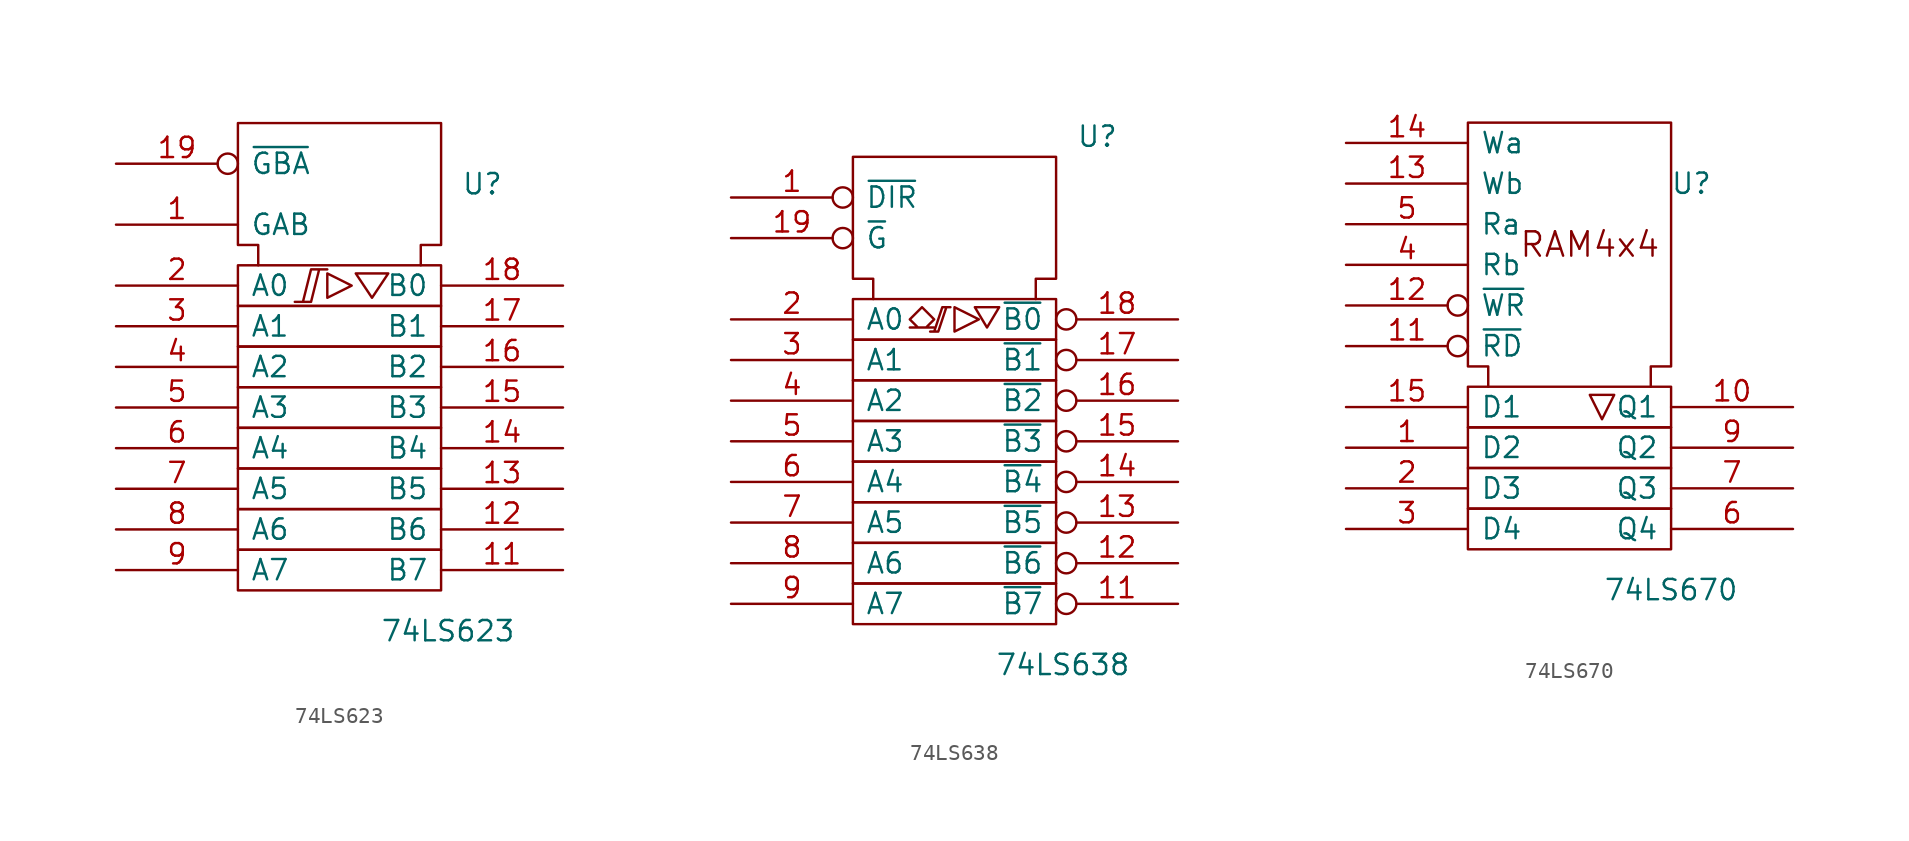
<source format=kicad_sym>
(kicad_symbol_lib
  (version 20231120)
  (generator "kicad_symbol_editor")
  (generator_version "8.0")
  (symbol "74LS623"
    (pin_names
      (offset 0.762))
    (property "Reference" "U"
      (at 7.62 19.05 0)
      (effects (font (size 1.27 1.27)) (justify left)))
    (property "Value" "74LS623"
      (at 2.54 -8.89 0)
      (effects (font (size 1.27 1.27)) (justify left)))
    (symbol "74LS623_0_0"
      (polyline (pts (xy -0.762 13.462) (xy -0.762 11.938) (xy 0.762 12.7) (xy -0.762 13.462) (xy -0.762 13.462)) (stroke (width 0) (type default)) (fill (type none)))
      (polyline (pts (xy 1.016 13.462) (xy 3.048 13.462) (xy 2.032 11.938) (xy 1.016 13.462) (xy 1.016 13.462)) (stroke (width 0) (type default)) (fill (type none)))
      (polyline (pts (xy -2.794 11.684) (xy -1.778 11.684) (xy -1.27 13.716) (xy -0.762 13.716) (xy -1.778 13.716) (xy -2.286 11.684) (xy -2.286 11.684)) (stroke (width 0) (type default)) (fill (type none)))
      (pin power_in line (at 1.27 22.86 270) (length 0) hide (name "GND" (effects (font (size 1.27 1.27)))) (number "10" (effects (font (size 1.27 1.27)))))
      (pin power_in line (at 5.08 22.86 270) (length 0) hide (name "VCC" (effects (font (size 1.27 1.27)))) (number "20" (effects (font (size 1.27 1.27))))))
    (symbol "74LS623_0_1"
      (rectangle (start -6.35 -3.81) (end 6.35 -6.35) (stroke (width 0) (type default)) (fill (type none)))
      (rectangle (start -6.35 -1.27) (end 6.35 -3.81) (stroke (width 0) (type default)) (fill (type none)))
      (rectangle (start -6.35 1.27) (end 6.35 -1.27) (stroke (width 0) (type default)) (fill (type none)))
      (rectangle (start -6.35 3.81) (end 6.35 1.27) (stroke (width 0) (type default)) (fill (type none)))
      (rectangle (start -6.35 6.35) (end 6.35 3.81) (stroke (width 0) (type default)) (fill (type none)))
      (rectangle (start -6.35 8.89) (end 6.35 6.35) (stroke (width 0) (type default)) (fill (type none)))
      (rectangle (start -6.35 11.43) (end 6.35 8.89) (stroke (width 0) (type default)) (fill (type none)))
      (rectangle (start -6.35 13.97) (end 6.35 11.43) (stroke (width 0) (type default)) (fill (type none)))
      (polyline (pts (xy -5.08 13.97) (xy -5.08 15.24) (xy -6.35 15.24) (xy -6.35 22.86) (xy 6.35 22.86) (xy 6.35 15.24) (xy 5.08 15.24) (xy 5.08 13.97) (xy 5.08 13.97)) (stroke (width 0) (type default)) (fill (type none))))
    (symbol "74LS623_1_1"
      (pin input line (at -13.97 16.51 0) (length 7.62) (name "GAB" (effects (font (size 1.27 1.27)))) (number "1" (effects (font (size 1.27 1.27)))))
      (pin tri_state line (at 13.97 -5.08 180) (length 7.62) (name "B7" (effects (font (size 1.27 1.27)))) (number "11" (effects (font (size 1.27 1.27)))))
      (pin tri_state line (at 13.97 -2.54 180) (length 7.62) (name "B6" (effects (font (size 1.27 1.27)))) (number "12" (effects (font (size 1.27 1.27)))))
      (pin tri_state line (at 13.97 0 180) (length 7.62) (name "B5" (effects (font (size 1.27 1.27)))) (number "13" (effects (font (size 1.27 1.27)))))
      (pin tri_state line (at 13.97 2.54 180) (length 7.62) (name "B4" (effects (font (size 1.27 1.27)))) (number "14" (effects (font (size 1.27 1.27)))))
      (pin tri_state line (at 13.97 5.08 180) (length 7.62) (name "B3" (effects (font (size 1.27 1.27)))) (number "15" (effects (font (size 1.27 1.27)))))
      (pin tri_state line (at 13.97 7.62 180) (length 7.62) (name "B2" (effects (font (size 1.27 1.27)))) (number "16" (effects (font (size 1.27 1.27)))))
      (pin tri_state line (at 13.97 10.16 180) (length 7.62) (name "B1" (effects (font (size 1.27 1.27)))) (number "17" (effects (font (size 1.27 1.27)))))
      (pin tri_state line (at 13.97 12.7 180) (length 7.62) (name "B0" (effects (font (size 1.27 1.27)))) (number "18" (effects (font (size 1.27 1.27)))))
      (pin input inverted (at -13.97 20.32 0) (length 7.62) (name "~{GBA}" (effects (font (size 1.27 1.27)))) (number "19" (effects (font (size 1.27 1.27)))))
      (pin tri_state line (at -13.97 12.7 0) (length 7.62) (name "A0" (effects (font (size 1.27 1.27)))) (number "2" (effects (font (size 1.27 1.27)))))
      (pin tri_state line (at -13.97 10.16 0) (length 7.62) (name "A1" (effects (font (size 1.27 1.27)))) (number "3" (effects (font (size 1.27 1.27)))))
      (pin tri_state line (at -13.97 7.62 0) (length 7.62) (name "A2" (effects (font (size 1.27 1.27)))) (number "4" (effects (font (size 1.27 1.27)))))
      (pin tri_state line (at -13.97 5.08 0) (length 7.62) (name "A3" (effects (font (size 1.27 1.27)))) (number "5" (effects (font (size 1.27 1.27)))))
      (pin tri_state line (at -13.97 2.54 0) (length 7.62) (name "A4" (effects (font (size 1.27 1.27)))) (number "6" (effects (font (size 1.27 1.27)))))
      (pin tri_state line (at -13.97 0 0) (length 7.62) (name "A5" (effects (font (size 1.27 1.27)))) (number "7" (effects (font (size 1.27 1.27)))))
      (pin tri_state line (at -13.97 -2.54 0) (length 7.62) (name "A6" (effects (font (size 1.27 1.27)))) (number "8" (effects (font (size 1.27 1.27)))))
      (pin tri_state line (at -13.97 -5.08 0) (length 7.62) (name "A7" (effects (font (size 1.27 1.27)))) (number "9" (effects (font (size 1.27 1.27)))))))
  (symbol "74LS638"
    (pin_names
      (offset 0.762))
    (property "Reference" "U"
      (at 7.62 17.78 0)
      (effects (font (size 1.27 1.27)) (justify left)))
    (property "Value" "74LS638"
      (at 2.54 -15.24 0)
      (effects (font (size 1.27 1.27)) (justify left)))
    (symbol "74LS638_0_0"
      (polyline (pts (xy 0 7.112) (xy 0 5.588) (xy 1.524 6.35) (xy 0 7.112) (xy 0 7.112)) (stroke (width 0) (type default)) (fill (type none)))
      (polyline (pts (xy 1.27 7.112) (xy 2.794 7.112) (xy 2.032 5.842) (xy 1.27 7.112) (xy 1.27 7.112)) (stroke (width 0) (type default)) (fill (type none)))
      (polyline (pts (xy -1.524 5.588) (xy -1.016 5.588) (xy -0.508 7.112) (xy -0.254 7.112) (xy -0.762 7.112) (xy -1.27 5.588) (xy -1.27 5.588)) (stroke (width 0) (type default)) (fill (type none)))
      (polyline (pts (xy -2.032 7.112) (xy -2.794 6.35) (xy -2.286 5.842) (xy -2.794 5.842) (xy -1.27 5.842) (xy -1.778 5.842) (xy -1.27 6.35) (xy -2.032 7.112) (xy -2.032 7.112)) (stroke (width 0) (type default)) (fill (type none)))
      (pin power_in line (at 1.27 16.51 270) (length 0) hide (name "GND" (effects (font (size 1.27 1.27)))) (number "10" (effects (font (size 1.27 1.27)))))
      (pin power_in line (at 5.08 16.51 270) (length 0) hide (name "VCC" (effects (font (size 1.27 1.27)))) (number "20" (effects (font (size 1.27 1.27))))))
    (symbol "74LS638_0_1"
      (rectangle (start -6.35 -10.16) (end 6.35 -12.7) (stroke (width 0) (type default)) (fill (type none)))
      (rectangle (start -6.35 -7.62) (end 6.35 -10.16) (stroke (width 0) (type default)) (fill (type none)))
      (rectangle (start -6.35 -5.08) (end 6.35 -7.62) (stroke (width 0) (type default)) (fill (type none)))
      (rectangle (start -6.35 -2.54) (end 6.35 -5.08) (stroke (width 0) (type default)) (fill (type none)))
      (rectangle (start -6.35 0) (end 6.35 -2.54) (stroke (width 0) (type default)) (fill (type none)))
      (rectangle (start -6.35 2.54) (end 6.35 0) (stroke (width 0) (type default)) (fill (type none)))
      (rectangle (start -6.35 5.08) (end 6.35 2.54) (stroke (width 0) (type default)) (fill (type none)))
      (rectangle (start -6.35 7.62) (end 6.35 5.08) (stroke (width 0) (type default)) (fill (type none)))
      (polyline (pts (xy -5.08 7.62) (xy -5.08 8.89) (xy -6.35 8.89) (xy -6.35 16.51) (xy 6.35 16.51) (xy 6.35 8.89) (xy 5.08 8.89) (xy 5.08 7.62) (xy 5.08 7.62)) (stroke (width 0) (type default)) (fill (type none))))
    (symbol "74LS638_1_1"
      (pin input inverted (at -13.97 13.97 0) (length 7.62) (name "~{DIR}" (effects (font (size 1.27 1.27)))) (number "1" (effects (font (size 1.27 1.27)))))
      (pin tri_state inverted (at 13.97 -11.43 180) (length 7.62) (name "~{B7}" (effects (font (size 1.27 1.27)))) (number "11" (effects (font (size 1.27 1.27)))))
      (pin tri_state inverted (at 13.97 -8.89 180) (length 7.62) (name "~{B6}" (effects (font (size 1.27 1.27)))) (number "12" (effects (font (size 1.27 1.27)))))
      (pin tri_state inverted (at 13.97 -6.35 180) (length 7.62) (name "~{B5}" (effects (font (size 1.27 1.27)))) (number "13" (effects (font (size 1.27 1.27)))))
      (pin tri_state inverted (at 13.97 -3.81 180) (length 7.62) (name "~{B4}" (effects (font (size 1.27 1.27)))) (number "14" (effects (font (size 1.27 1.27)))))
      (pin tri_state inverted (at 13.97 -1.27 180) (length 7.62) (name "~{B3}" (effects (font (size 1.27 1.27)))) (number "15" (effects (font (size 1.27 1.27)))))
      (pin tri_state inverted (at 13.97 1.27 180) (length 7.62) (name "~{B2}" (effects (font (size 1.27 1.27)))) (number "16" (effects (font (size 1.27 1.27)))))
      (pin tri_state inverted (at 13.97 3.81 180) (length 7.62) (name "~{B1}" (effects (font (size 1.27 1.27)))) (number "17" (effects (font (size 1.27 1.27)))))
      (pin tri_state inverted (at 13.97 6.35 180) (length 7.62) (name "~{B0}" (effects (font (size 1.27 1.27)))) (number "18" (effects (font (size 1.27 1.27)))))
      (pin input inverted (at -13.97 11.43 0) (length 7.62) (name "~{G}" (effects (font (size 1.27 1.27)))) (number "19" (effects (font (size 1.27 1.27)))))
      (pin tri_state line (at -13.97 6.35 0) (length 7.62) (name "A0" (effects (font (size 1.27 1.27)))) (number "2" (effects (font (size 1.27 1.27)))))
      (pin tri_state line (at -13.97 3.81 0) (length 7.62) (name "A1" (effects (font (size 1.27 1.27)))) (number "3" (effects (font (size 1.27 1.27)))))
      (pin tri_state line (at -13.97 1.27 0) (length 7.62) (name "A2" (effects (font (size 1.27 1.27)))) (number "4" (effects (font (size 1.27 1.27)))))
      (pin tri_state line (at -13.97 -1.27 0) (length 7.62) (name "A3" (effects (font (size 1.27 1.27)))) (number "5" (effects (font (size 1.27 1.27)))))
      (pin tri_state line (at -13.97 -3.81 0) (length 7.62) (name "A4" (effects (font (size 1.27 1.27)))) (number "6" (effects (font (size 1.27 1.27)))))
      (pin tri_state line (at -13.97 -6.35 0) (length 7.62) (name "A5" (effects (font (size 1.27 1.27)))) (number "7" (effects (font (size 1.27 1.27)))))
      (pin tri_state line (at -13.97 -8.89 0) (length 7.62) (name "A6" (effects (font (size 1.27 1.27)))) (number "8" (effects (font (size 1.27 1.27)))))
      (pin tri_state line (at -13.97 -11.43 0) (length 7.62) (name "A7" (effects (font (size 1.27 1.27)))) (number "9" (effects (font (size 1.27 1.27)))))))
  (symbol "74LS670"
    (pin_names
      (offset 0.762))
    (property "Reference" "U"
      (at 7.62 10.16 0)
      (effects (font (size 1.27 1.27))))
    (property "Value" "74LS670"
      (at 6.35 -15.24 0)
      (effects (font (size 1.27 1.27))))
    (symbol "74LS670_0_0"
      (rectangle (start -6.35 -10.16) (end 6.35 -12.7) (stroke (width 0) (type default)) (fill (type none)))
      (rectangle (start -6.35 -7.62) (end 6.35 -10.16) (stroke (width 0) (type default)) (fill (type none)))
      (rectangle (start -6.35 -5.08) (end 6.35 -7.62) (stroke (width 0) (type default)) (fill (type none)))
      (polyline (pts (xy 2.794 -3.048) (xy 1.27 -3.048) (xy 2.032 -4.572) (xy 2.794 -3.048) (xy 2.794 -3.048)) (stroke (width 0) (type default)) (fill (type none)))
      (polyline (pts (xy -5.08 -2.54) (xy -5.08 -1.27) (xy -6.35 -1.27) (xy -6.35 13.97) (xy 6.35 13.97) (xy 6.35 -1.27) (xy 5.08 -1.27) (xy 5.08 -2.54) (xy 5.08 -2.54)) (stroke (width 0) (type default)) (fill (type none)))
      (text "RAM4x4" (at 1.27 6.35 0) (effects (font (size 1.524 1.524))))
      (pin power_in line (at 3.81 13.97 270) (length 0) hide (name "VCC" (effects (font (size 1.27 1.27)))) (number "16" (effects (font (size 1.27 1.27)))))
      (pin power_in line (at 0 13.97 270) (length 0) hide (name "GND" (effects (font (size 1.27 1.27)))) (number "8" (effects (font (size 1.27 1.27))))))
    (symbol "74LS670_0_1"
      (rectangle (start -6.35 -2.54) (end 6.35 -5.08) (stroke (width 0) (type default)) (fill (type none))))
    (symbol "74LS670_1_1"
      (pin input line (at -13.97 -6.35 0) (length 7.62) (name "D2" (effects (font (size 1.27 1.27)))) (number "1" (effects (font (size 1.27 1.27)))))
      (pin tri_state line (at 13.97 -3.81 180) (length 7.62) (name "Q1" (effects (font (size 1.27 1.27)))) (number "10" (effects (font (size 1.27 1.27)))))
      (pin input inverted (at -13.97 0 0) (length 7.62) (name "~{RD}" (effects (font (size 1.27 1.27)))) (number "11" (effects (font (size 1.27 1.27)))))
      (pin input inverted (at -13.97 2.54 0) (length 7.62) (name "~{WR}" (effects (font (size 1.27 1.27)))) (number "12" (effects (font (size 1.27 1.27)))))
      (pin input line (at -13.97 10.16 0) (length 7.62) (name "Wb" (effects (font (size 1.27 1.27)))) (number "13" (effects (font (size 1.27 1.27)))))
      (pin input line (at -13.97 12.7 0) (length 7.62) (name "Wa" (effects (font (size 1.27 1.27)))) (number "14" (effects (font (size 1.27 1.27)))))
      (pin input line (at -13.97 -3.81 0) (length 7.62) (name "D1" (effects (font (size 1.27 1.27)))) (number "15" (effects (font (size 1.27 1.27)))))
      (pin input line (at -13.97 -8.89 0) (length 7.62) (name "D3" (effects (font (size 1.27 1.27)))) (number "2" (effects (font (size 1.27 1.27)))))
      (pin input line (at -13.97 -11.43 0) (length 7.62) (name "D4" (effects (font (size 1.27 1.27)))) (number "3" (effects (font (size 1.27 1.27)))))
      (pin input line (at -13.97 5.08 0) (length 7.62) (name "Rb" (effects (font (size 1.27 1.27)))) (number "4" (effects (font (size 1.27 1.27)))))
      (pin input line (at -13.97 7.62 0) (length 7.62) (name "Ra" (effects (font (size 1.27 1.27)))) (number "5" (effects (font (size 1.27 1.27)))))
      (pin tri_state line (at 13.97 -11.43 180) (length 7.62) (name "Q4" (effects (font (size 1.27 1.27)))) (number "6" (effects (font (size 1.27 1.27)))))
      (pin tri_state line (at 13.97 -8.89 180) (length 7.62) (name "Q3" (effects (font (size 1.27 1.27)))) (number "7" (effects (font (size 1.27 1.27)))))
      (pin tri_state line (at 13.97 -6.35 180) (length 7.62) (name "Q2" (effects (font (size 1.27 1.27)))) (number "9" (effects (font (size 1.27 1.27))))))))
</source>
